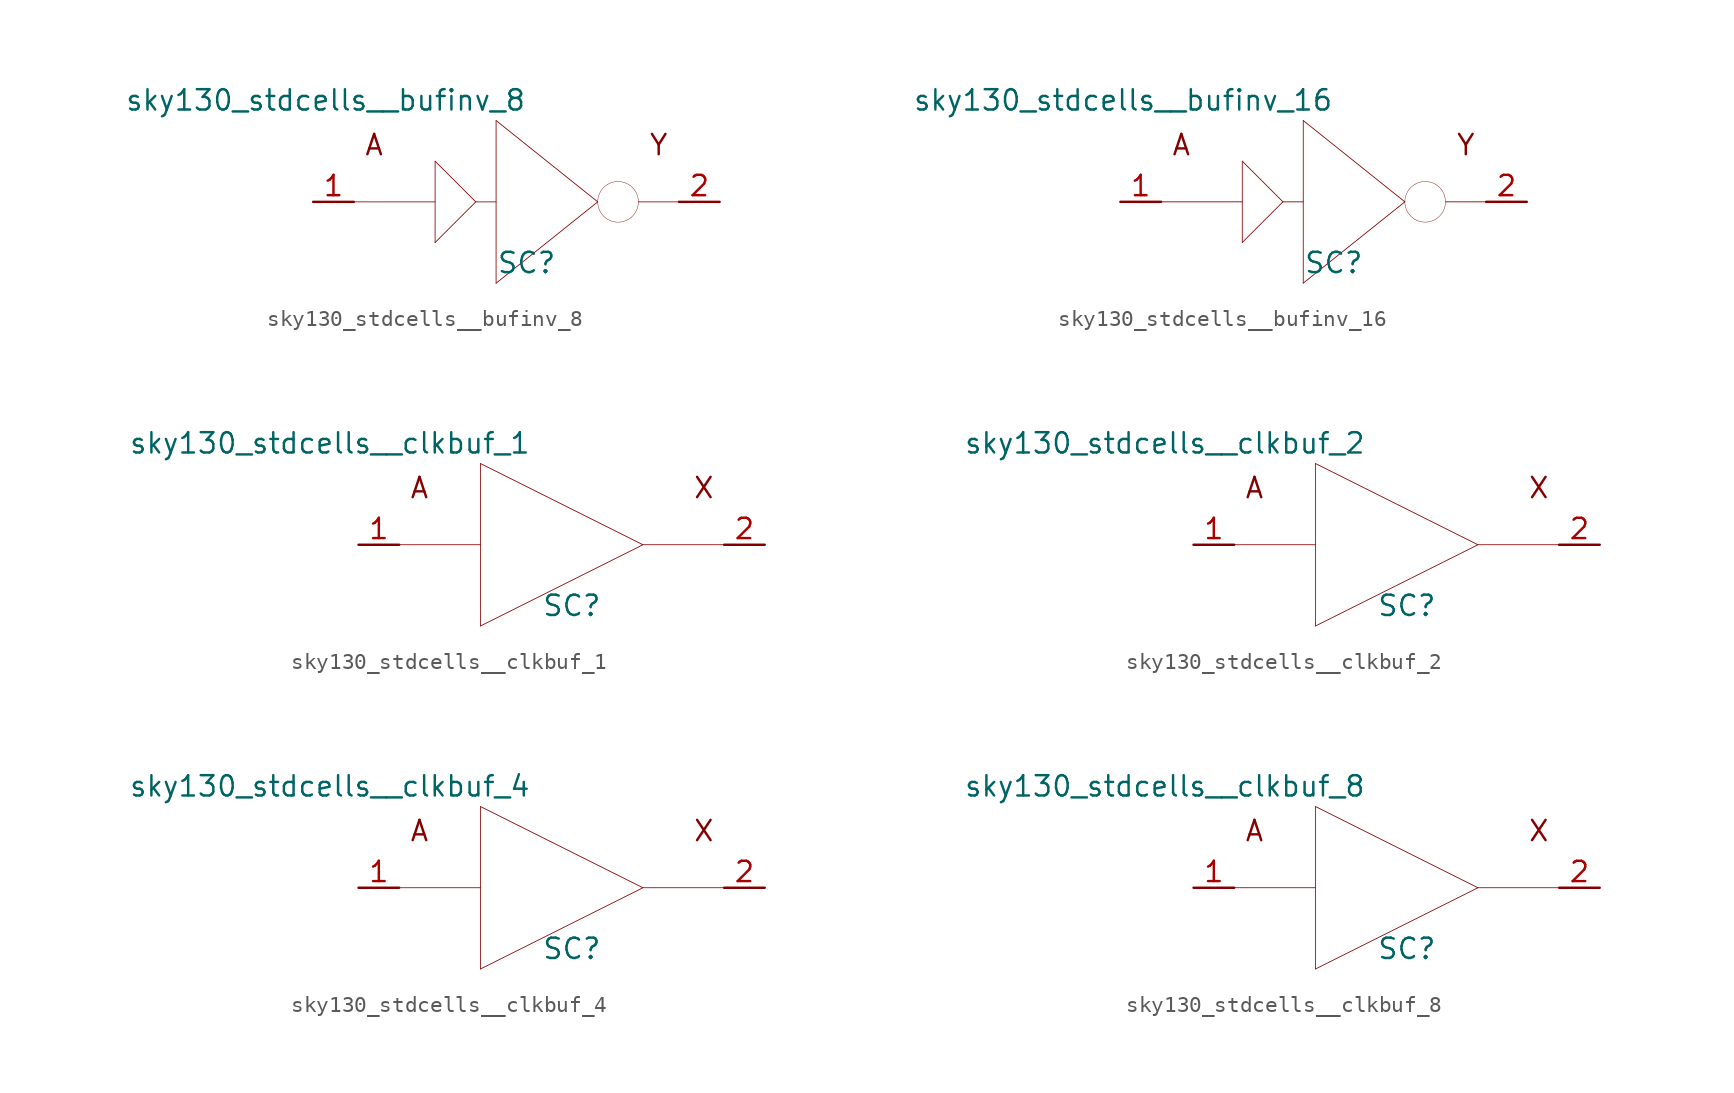
<source format=kicad_sym>
(kicad_symbol_lib
  (version 20211014)
  (generator kicad_symbol_editor)
  (symbol "sky130_stdcells__bufinv_8"
    (pin_names hide)
    (property "Reference" "SC"
      (at 0.635 -3.81 0)
      (effects (font (size 1.27 1.27))))
    (property "Value" "sky130_stdcells__bufinv_8"
      (at 0.635 6.35 0)
      (effects (font (size 1.27 1.27)) (justify right)))
    (symbol "sky130_stdcells__bufinv_8_0_0"
      (polyline (pts (xy -10.16 0) (xy -5.08 0)) (stroke (width 0.051) (type default) (color 0 0 0 0)) (fill (type none)))
      (polyline (pts (xy -5.08 -2.54) (xy -2.54 0)) (stroke (width 0.051) (type default) (color 0 0 0 0)) (fill (type none)))
      (polyline (pts (xy -5.08 2.54) (xy -5.08 -2.54)) (stroke (width 0.051) (type default) (color 0 0 0 0)) (fill (type none)))
      (polyline (pts (xy -5.08 2.54) (xy -2.54 0)) (stroke (width 0.051) (type default) (color 0 0 0 0)) (fill (type none)))
      (polyline (pts (xy -2.54 0) (xy -1.27 0)) (stroke (width 0.051) (type default) (color 0 0 0 0)) (fill (type none)))
      (polyline (pts (xy -1.27 -5.08) (xy 5.08 0)) (stroke (width 0.051) (type default) (color 0 0 0 0)) (fill (type none)))
      (polyline (pts (xy -1.27 5.08) (xy -1.27 -5.08)) (stroke (width 0.051) (type default) (color 0 0 0 0)) (fill (type none)))
      (polyline (pts (xy -1.27 5.08) (xy 5.08 0)) (stroke (width 0.051) (type default) (color 0 0 0 0)) (fill (type none)))
      (polyline (pts (xy 7.62 0) (xy 10.16 0)) (stroke (width 0.051) (type default) (color 0 0 0 0)) (fill (type none)))
      (arc (start 5.08 0) (mid 5.2502 -0.635) (end 5.715 -1.0999) (stroke (width 0.0254) (type default) (color 0 0 0 0)) (fill (type none)))
      (arc (start 5.715 -1.0999) (mid 6.35 -1.27) (end 6.985 -1.0999) (stroke (width 0.0254) (type default) (color 0 0 0 0)) (fill (type none)))
      (arc (start 5.715 1.0999) (mid 5.2501 0.635) (end 5.08 0) (stroke (width 0.0254) (type default) (color 0 0 0 0)) (fill (type none)))
      (arc (start 6.985 -1.0999) (mid 7.4499 -0.635) (end 7.62 0) (stroke (width 0.0254) (type default) (color 0 0 0 0)) (fill (type none)))
      (arc (start 6.985 1.0999) (mid 6.35 1.27) (end 5.715 1.0999) (stroke (width 0.0254) (type default) (color 0 0 0 0)) (fill (type none)))
      (arc (start 7.62 0) (mid 7.4498 0.635) (end 6.985 1.0999) (stroke (width 0.0254) (type default) (color 0 0 0 0)) (fill (type none)))
      (text "A" (at -8.89 3.556 0) (effects (font (size 1.27 1.27))))
      (text "Y" (at 8.89 3.556 0) (effects (font (size 1.27 1.27)))))
    (symbol "sky130_stdcells__bufinv_8_1_1"
      (pin input line (at -12.7 0 0) (length 2.54) (name "A" (effects (font (size 1.092 1.092)))) (number "1" (effects (font (size 1.27 1.27)))))
      (pin output line (at 12.7 0 180) (length 2.54) (name "Y" (effects (font (size 1.092 1.092)))) (number "2" (effects (font (size 1.27 1.27)))))))
  (symbol "sky130_stdcells__bufinv_16"
    (pin_names hide)
    (property "Reference" "SC"
      (at 0.635 -3.81 0)
      (effects (font (size 1.27 1.27))))
    (property "Value" "sky130_stdcells__bufinv_16"
      (at 0.635 6.35 0)
      (effects (font (size 1.27 1.27)) (justify right)))
    (symbol "sky130_stdcells__bufinv_16_0_0"
      (polyline (pts (xy -10.16 0) (xy -5.08 0)) (stroke (width 0.051) (type default) (color 0 0 0 0)) (fill (type none)))
      (polyline (pts (xy -5.08 -2.54) (xy -2.54 0)) (stroke (width 0.051) (type default) (color 0 0 0 0)) (fill (type none)))
      (polyline (pts (xy -5.08 2.54) (xy -5.08 -2.54)) (stroke (width 0.051) (type default) (color 0 0 0 0)) (fill (type none)))
      (polyline (pts (xy -5.08 2.54) (xy -2.54 0)) (stroke (width 0.051) (type default) (color 0 0 0 0)) (fill (type none)))
      (polyline (pts (xy -2.54 0) (xy -1.27 0)) (stroke (width 0.051) (type default) (color 0 0 0 0)) (fill (type none)))
      (polyline (pts (xy -1.27 -5.08) (xy 5.08 0)) (stroke (width 0.051) (type default) (color 0 0 0 0)) (fill (type none)))
      (polyline (pts (xy -1.27 5.08) (xy -1.27 -5.08)) (stroke (width 0.051) (type default) (color 0 0 0 0)) (fill (type none)))
      (polyline (pts (xy -1.27 5.08) (xy 5.08 0)) (stroke (width 0.051) (type default) (color 0 0 0 0)) (fill (type none)))
      (polyline (pts (xy 7.62 0) (xy 10.16 0)) (stroke (width 0.051) (type default) (color 0 0 0 0)) (fill (type none)))
      (arc (start 5.08 0) (mid 5.2502 -0.635) (end 5.715 -1.0999) (stroke (width 0.0254) (type default) (color 0 0 0 0)) (fill (type none)))
      (arc (start 5.715 -1.0999) (mid 6.35 -1.27) (end 6.985 -1.0999) (stroke (width 0.0254) (type default) (color 0 0 0 0)) (fill (type none)))
      (arc (start 5.715 1.0999) (mid 5.2501 0.635) (end 5.08 0) (stroke (width 0.0254) (type default) (color 0 0 0 0)) (fill (type none)))
      (arc (start 6.985 -1.0999) (mid 7.4499 -0.635) (end 7.62 0) (stroke (width 0.0254) (type default) (color 0 0 0 0)) (fill (type none)))
      (arc (start 6.985 1.0999) (mid 6.35 1.27) (end 5.715 1.0999) (stroke (width 0.0254) (type default) (color 0 0 0 0)) (fill (type none)))
      (arc (start 7.62 0) (mid 7.4498 0.635) (end 6.985 1.0999) (stroke (width 0.0254) (type default) (color 0 0 0 0)) (fill (type none)))
      (text "A" (at -8.89 3.556 0) (effects (font (size 1.27 1.27))))
      (text "Y" (at 8.89 3.556 0) (effects (font (size 1.27 1.27)))))
    (symbol "sky130_stdcells__bufinv_16_1_1"
      (pin input line (at -12.7 0 0) (length 2.54) (name "A" (effects (font (size 1.092 1.092)))) (number "1" (effects (font (size 1.27 1.27)))))
      (pin output line (at 12.7 0 180) (length 2.54) (name "Y" (effects (font (size 1.092 1.092)))) (number "2" (effects (font (size 1.27 1.27)))))))
  (symbol "sky130_stdcells__clkbuf_1"
    (pin_names hide)
    (property "Reference" "SC"
      (at 0.635 -3.81 0)
      (effects (font (size 1.27 1.27))))
    (property "Value" "sky130_stdcells__clkbuf_1"
      (at -1.905 6.35 0)
      (effects (font (size 1.27 1.27)) (justify right)))
    (symbol "sky130_stdcells__clkbuf_1_0_0"
      (polyline (pts (xy -10.16 0) (xy -5.08 0)) (stroke (width 0.051) (type default) (color 0 0 0 0)) (fill (type none)))
      (polyline (pts (xy -5.08 -5.08) (xy 5.08 0)) (stroke (width 0.051) (type default) (color 0 0 0 0)) (fill (type none)))
      (polyline (pts (xy -5.08 5.08) (xy -5.08 -5.08)) (stroke (width 0.051) (type default) (color 0 0 0 0)) (fill (type none)))
      (polyline (pts (xy -5.08 5.08) (xy 5.08 0)) (stroke (width 0.051) (type default) (color 0 0 0 0)) (fill (type none)))
      (polyline (pts (xy 5.08 0) (xy 10.16 0)) (stroke (width 0.051) (type default) (color 0 0 0 0)) (fill (type none)))
      (text "A" (at -8.89 3.556 0) (effects (font (size 1.27 1.27))))
      (text "X" (at 8.89 3.556 0) (effects (font (size 1.27 1.27)))))
    (symbol "sky130_stdcells__clkbuf_1_1_1"
      (pin input line (at -12.7 0 0) (length 2.54) (name "A" (effects (font (size 1.092 1.092)))) (number "1" (effects (font (size 1.27 1.27)))))
      (pin output line (at 12.7 0 180) (length 2.54) (name "X" (effects (font (size 1.092 1.092)))) (number "2" (effects (font (size 1.27 1.27)))))))
  (symbol "sky130_stdcells__clkbuf_2"
    (pin_names hide)
    (property "Reference" "SC"
      (at 0.635 -3.81 0)
      (effects (font (size 1.27 1.27))))
    (property "Value" "sky130_stdcells__clkbuf_2"
      (at -1.905 6.35 0)
      (effects (font (size 1.27 1.27)) (justify right)))
    (symbol "sky130_stdcells__clkbuf_2_0_0"
      (polyline (pts (xy -10.16 0) (xy -5.08 0)) (stroke (width 0.051) (type default) (color 0 0 0 0)) (fill (type none)))
      (polyline (pts (xy -5.08 -5.08) (xy 5.08 0)) (stroke (width 0.051) (type default) (color 0 0 0 0)) (fill (type none)))
      (polyline (pts (xy -5.08 5.08) (xy -5.08 -5.08)) (stroke (width 0.051) (type default) (color 0 0 0 0)) (fill (type none)))
      (polyline (pts (xy -5.08 5.08) (xy 5.08 0)) (stroke (width 0.051) (type default) (color 0 0 0 0)) (fill (type none)))
      (polyline (pts (xy 5.08 0) (xy 10.16 0)) (stroke (width 0.051) (type default) (color 0 0 0 0)) (fill (type none)))
      (text "A" (at -8.89 3.556 0) (effects (font (size 1.27 1.27))))
      (text "X" (at 8.89 3.556 0) (effects (font (size 1.27 1.27)))))
    (symbol "sky130_stdcells__clkbuf_2_1_1"
      (pin input line (at -12.7 0 0) (length 2.54) (name "A" (effects (font (size 1.092 1.092)))) (number "1" (effects (font (size 1.27 1.27)))))
      (pin output line (at 12.7 0 180) (length 2.54) (name "X" (effects (font (size 1.092 1.092)))) (number "2" (effects (font (size 1.27 1.27)))))))
  (symbol "sky130_stdcells__clkbuf_4"
    (pin_names hide)
    (property "Reference" "SC"
      (at 0.635 -3.81 0)
      (effects (font (size 1.27 1.27))))
    (property "Value" "sky130_stdcells__clkbuf_4"
      (at -1.905 6.35 0)
      (effects (font (size 1.27 1.27)) (justify right)))
    (symbol "sky130_stdcells__clkbuf_4_0_0"
      (polyline (pts (xy -10.16 0) (xy -5.08 0)) (stroke (width 0.051) (type default) (color 0 0 0 0)) (fill (type none)))
      (polyline (pts (xy -5.08 -5.08) (xy 5.08 0)) (stroke (width 0.051) (type default) (color 0 0 0 0)) (fill (type none)))
      (polyline (pts (xy -5.08 5.08) (xy -5.08 -5.08)) (stroke (width 0.051) (type default) (color 0 0 0 0)) (fill (type none)))
      (polyline (pts (xy -5.08 5.08) (xy 5.08 0)) (stroke (width 0.051) (type default) (color 0 0 0 0)) (fill (type none)))
      (polyline (pts (xy 5.08 0) (xy 10.16 0)) (stroke (width 0.051) (type default) (color 0 0 0 0)) (fill (type none)))
      (text "A" (at -8.89 3.556 0) (effects (font (size 1.27 1.27))))
      (text "X" (at 8.89 3.556 0) (effects (font (size 1.27 1.27)))))
    (symbol "sky130_stdcells__clkbuf_4_1_1"
      (pin input line (at -12.7 0 0) (length 2.54) (name "A" (effects (font (size 1.092 1.092)))) (number "1" (effects (font (size 1.27 1.27)))))
      (pin output line (at 12.7 0 180) (length 2.54) (name "X" (effects (font (size 1.092 1.092)))) (number "2" (effects (font (size 1.27 1.27)))))))
  (symbol "sky130_stdcells__clkbuf_8"
    (pin_names hide)
    (property "Reference" "SC"
      (at 0.635 -3.81 0)
      (effects (font (size 1.27 1.27))))
    (property "Value" "sky130_stdcells__clkbuf_8"
      (at -1.905 6.35 0)
      (effects (font (size 1.27 1.27)) (justify right)))
    (symbol "sky130_stdcells__clkbuf_8_0_0"
      (polyline (pts (xy -10.16 0) (xy -5.08 0)) (stroke (width 0.051) (type default) (color 0 0 0 0)) (fill (type none)))
      (polyline (pts (xy -5.08 -5.08) (xy 5.08 0)) (stroke (width 0.051) (type default) (color 0 0 0 0)) (fill (type none)))
      (polyline (pts (xy -5.08 5.08) (xy -5.08 -5.08)) (stroke (width 0.051) (type default) (color 0 0 0 0)) (fill (type none)))
      (polyline (pts (xy -5.08 5.08) (xy 5.08 0)) (stroke (width 0.051) (type default) (color 0 0 0 0)) (fill (type none)))
      (polyline (pts (xy 5.08 0) (xy 10.16 0)) (stroke (width 0.051) (type default) (color 0 0 0 0)) (fill (type none)))
      (text "A" (at -8.89 3.556 0) (effects (font (size 1.27 1.27))))
      (text "X" (at 8.89 3.556 0) (effects (font (size 1.27 1.27)))))
    (symbol "sky130_stdcells__clkbuf_8_1_1"
      (pin input line (at -12.7 0 0) (length 2.54) (name "A" (effects (font (size 1.092 1.092)))) (number "1" (effects (font (size 1.27 1.27)))))
      (pin output line (at 12.7 0 180) (length 2.54) (name "X" (effects (font (size 1.092 1.092)))) (number "2" (effects (font (size 1.27 1.27))))))))
</source>
